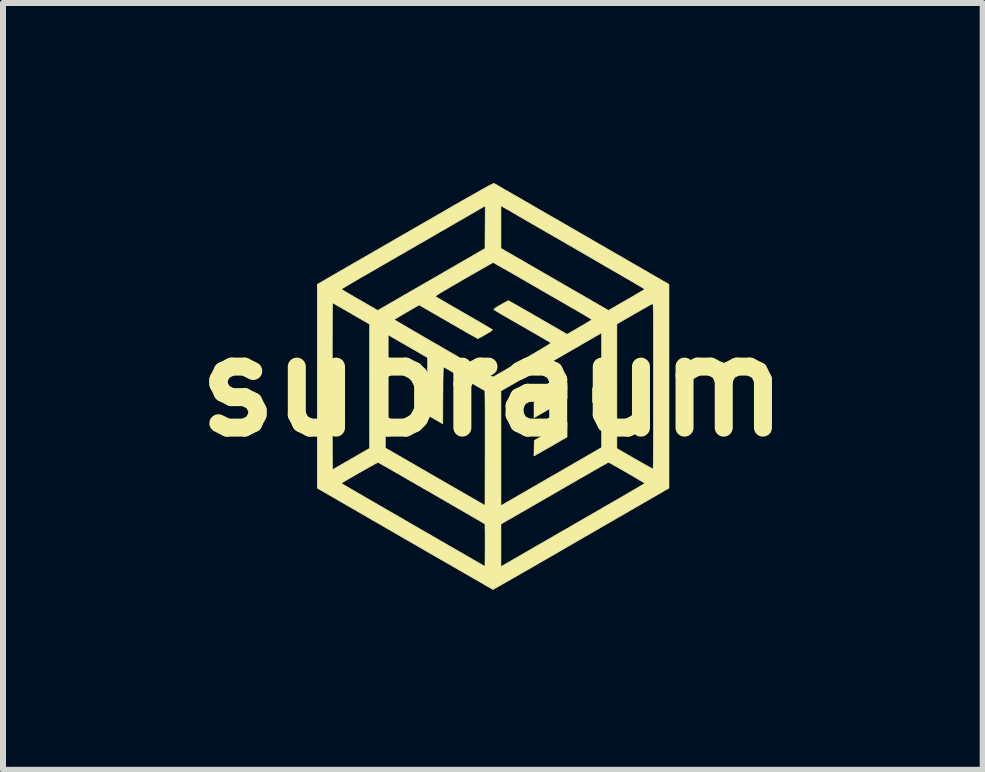
<source format=kicad_pcb>
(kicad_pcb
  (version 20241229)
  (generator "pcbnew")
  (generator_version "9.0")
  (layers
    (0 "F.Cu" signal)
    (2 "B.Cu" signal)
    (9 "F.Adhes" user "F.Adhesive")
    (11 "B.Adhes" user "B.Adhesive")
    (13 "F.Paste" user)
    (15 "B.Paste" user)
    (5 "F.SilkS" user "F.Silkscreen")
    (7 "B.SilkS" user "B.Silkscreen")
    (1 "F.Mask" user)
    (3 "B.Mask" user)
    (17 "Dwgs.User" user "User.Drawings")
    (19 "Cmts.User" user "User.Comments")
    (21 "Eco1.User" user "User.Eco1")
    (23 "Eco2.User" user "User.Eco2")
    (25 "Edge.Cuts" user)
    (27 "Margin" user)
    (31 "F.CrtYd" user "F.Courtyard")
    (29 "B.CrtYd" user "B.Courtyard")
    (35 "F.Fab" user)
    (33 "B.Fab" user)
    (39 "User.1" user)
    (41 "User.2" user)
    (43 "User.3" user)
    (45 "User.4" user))
  (footprint "subraum"
    (layer "F.Cu")
    (at 5.16 3.384)
    (property "Reference" "subraum" (at 0 0 0) (layer "F.SilkS") (effects (font (size 1.524 1.524) (thickness 0.3))))
    (attr through_hole)
    (fp_poly (pts (xy 1.236 0.208) (xy 1.002 0.343) (xy 0.942 0.377) (xy 0.886 0.41) (xy 0.835 0.439) (xy 0.79 0.465) (xy 0.756 0.485) (xy 0.733 0.498) (xy 0.727 0.502) (xy 0.686 0.525) (xy 0.686 0.267) (xy 0.961 0.109) (xy 1.236 -0.049) (xy 1.236 0.208)) (stroke (width 0.01) (type solid)) (fill yes) (layer "F.SilkS"))
    (fp_poly (pts (xy 1.234 0.601) (xy 1.235 0.623) (xy 1.236 0.656) (xy 1.236 0.697) (xy 1.236 0.719) (xy 1.236 0.845) (xy 0.98 0.993) (xy 0.919 1.028) (xy 0.863 1.06) (xy 0.812 1.09) (xy 0.769 1.114) (xy 0.735 1.133) (xy 0.713 1.146) (xy 0.705 1.151) (xy 0.685 1.161) (xy 0.69 0.904) (xy 0.959 0.748) (xy 1.021 0.713) (xy 1.077 0.68) (xy 1.128 0.652) (xy 1.17 0.627) (xy 1.203 0.609) (xy 1.224 0.597) (xy 1.232 0.593) (xy 1.232 0.593) (xy 1.234 0.601)) (stroke (width 0.01) (type solid)) (fill yes) (layer "F.SilkS"))
    (fp_poly (pts (xy 0.021 -3.378) (xy 0.03 -3.373) (xy 0.053 -3.36) (xy 0.089 -3.339) (xy 0.138 -3.311) (xy 0.198 -3.276) (xy 0.27 -3.235) (xy 0.352 -3.188) (xy 0.444 -3.135) (xy 0.544 -3.077) (xy 0.653 -3.014) (xy 0.77 -2.946) (xy 0.893 -2.875) (xy 1.023 -2.801) (xy 1.158 -2.723) (xy 1.298 -2.642) (xy 1.441 -2.559) (xy 1.486 -2.533) (xy 2.934 -1.697) (xy 2.934 1.697) (xy 1.473 2.541) (xy 1.328 2.625) (xy 1.186 2.707) (xy 1.05 2.786) (xy 0.918 2.862) (xy 0.792 2.934) (xy 0.674 3.003) (xy 0.562 3.067) (xy 0.459 3.126) (xy 0.364 3.181) (xy 0.279 3.229) (xy 0.204 3.272) (xy 0.139 3.309) (xy 0.087 3.339) (xy 0.047 3.362) (xy 0.019 3.377) (xy 0.006 3.384) (xy 0.004 3.385) (xy -0.004 3.381) (xy -0.026 3.369) (xy -0.061 3.349) (xy -0.109 3.322) (xy -0.169 3.287) (xy -0.239 3.247) (xy -0.321 3.2) (xy -0.412 3.148) (xy -0.512 3.09) (xy -0.62 3.028) (xy -0.736 2.961) (xy -0.86 2.89) (xy -0.989 2.816) (xy -1.124 2.738) (xy -1.263 2.657) (xy -1.407 2.574) (xy -1.465 2.541) (xy -2.925 1.697) (xy -2.925 1.617) (xy -2.523 1.617) (xy -2.516 1.622) (xy -2.495 1.634) (xy -2.461 1.655) (xy -2.414 1.682) (xy -2.356 1.716) (xy -2.287 1.756) (xy -2.208 1.802) (xy -2.119 1.854) (xy -2.022 1.91) (xy -1.918 1.97) (xy -1.806 2.035) (xy -1.688 2.103) (xy -1.565 2.174) (xy -1.437 2.248) (xy -1.327 2.312) (xy -0.131 3.002) (xy -0.129 2.651) (xy -0.129 2.575) (xy -0.129 2.505) (xy -0.129 2.442) (xy -0.13 2.388) (xy -0.13 2.344) (xy -0.131 2.313) (xy -0.133 2.296) (xy 0.135 2.296) (xy 0.135 3.005) (xy 0.328 2.894) (xy 0.369 2.87) (xy 0.424 2.839) (xy 0.489 2.801) (xy 0.563 2.758) (xy 0.644 2.711) (xy 0.731 2.661) (xy 0.822 2.609) (xy 0.914 2.556) (xy 1.006 2.503) (xy 1.029 2.489) (xy 1.133 2.429) (xy 1.249 2.363) (xy 1.371 2.292) (xy 1.498 2.218) (xy 1.626 2.145) (xy 1.751 2.073) (xy 1.869 2.004) (xy 1.979 1.941) (xy 2.034 1.909) (xy 2.118 1.861) (xy 2.198 1.815) (xy 2.271 1.772) (xy 2.339 1.732) (xy 2.398 1.698) (xy 2.447 1.669) (xy 2.487 1.645) (xy 2.514 1.628) (xy 2.529 1.619) (xy 2.532 1.617) (xy 2.524 1.612) (xy 2.505 1.599) (xy 2.474 1.581) (xy 2.434 1.557) (xy 2.386 1.529) (xy 2.334 1.498) (xy 2.278 1.466) (xy 2.22 1.432) (xy 2.163 1.399) (xy 2.108 1.368) (xy 2.057 1.339) (xy 2.011 1.313) (xy 1.974 1.292) (xy 1.946 1.277) (xy 1.93 1.269) (xy 1.926 1.267) (xy 1.918 1.271) (xy 1.896 1.284) (xy 1.861 1.303) (xy 1.814 1.33) (xy 1.756 1.363) (xy 1.688 1.401) (xy 1.611 1.446) (xy 1.525 1.495) (xy 1.432 1.548) (xy 1.333 1.606) (xy 1.227 1.666) (xy 1.117 1.73) (xy 1.027 1.782) (xy 0.135 2.296) (xy -0.133 2.296) (xy -0.133 2.296) (xy -0.133 2.294) (xy -0.141 2.289) (xy -0.163 2.276) (xy -0.197 2.256) (xy -0.243 2.229) (xy -0.299 2.197) (xy -0.364 2.159) (xy -0.437 2.117) (xy -0.517 2.07) (xy -0.603 2.021) (xy -0.694 1.968) (xy -0.789 1.913) (xy -0.886 1.857) (xy -0.985 1.8) (xy -1.084 1.743) (xy -1.182 1.687) (xy -1.279 1.631) (xy -1.373 1.577) (xy -1.462 1.525) (xy -1.547 1.476) (xy -1.626 1.431) (xy -1.697 1.39) (xy -1.76 1.354) (xy -1.814 1.324) (xy -1.857 1.299) (xy -1.888 1.281) (xy -1.907 1.271) (xy -1.912 1.268) (xy -1.921 1.272) (xy -1.942 1.283) (xy -1.974 1.3) (xy -2.015 1.323) (xy -2.064 1.35) (xy -2.117 1.38) (xy -2.174 1.412) (xy -2.232 1.445) (xy -2.289 1.478) (xy -2.345 1.51) (xy -2.396 1.539) (xy -2.441 1.566) (xy -2.478 1.588) (xy -2.505 1.604) (xy -2.52 1.615) (xy -2.523 1.617) (xy -2.925 1.617) (xy -2.925 0) (xy -2.675 0) (xy -2.675 0.186) (xy -2.675 0.355) (xy -2.675 0.509) (xy -2.675 0.648) (xy -2.675 0.773) (xy -2.675 0.884) (xy -2.674 0.982) (xy -2.674 1.067) (xy -2.673 1.141) (xy -2.672 1.203) (xy -2.672 1.256) (xy -2.671 1.298) (xy -2.67 1.331) (xy -2.669 1.356) (xy -2.668 1.373) (xy -2.666 1.383) (xy -2.665 1.386) (xy -2.665 1.386) (xy -2.655 1.381) (xy -2.633 1.368) (xy -2.599 1.349) (xy -2.555 1.324) (xy -2.503 1.294) (xy -2.445 1.26) (xy -2.381 1.224) (xy -2.354 1.208) (xy -2.053 1.034) (xy -2.053 -0.364) (xy -1.793 -0.364) (xy -1.793 -0.246) (xy -1.793 -0.114) (xy -1.793 0.035) (xy -1.793 0.073) (xy -1.791 1.028) (xy -0.961 1.507) (xy -0.131 1.986) (xy -0.129 1.034) (xy -0.129 0.908) (xy -0.129 0.787) (xy -0.129 0.672) (xy -0.129 0.564) (xy -0.129 0.464) (xy -0.129 0.373) (xy -0.13 0.292) (xy -0.13 0.222) (xy -0.131 0.165) (xy -0.132 0.12) (xy -0.132 0.091) (xy -0.133 0.078) (xy 0.135 0.078) (xy 0.135 1.989) (xy 0.337 1.873) (xy 0.376 1.85) (xy 0.428 1.82) (xy 0.491 1.784) (xy 0.565 1.741) (xy 0.647 1.694) (xy 0.736 1.643) (xy 0.83 1.588) (xy 0.928 1.531) (xy 1.029 1.473) (xy 1.13 1.415) (xy 1.175 1.389) (xy 1.812 1.021) (xy 1.812 0.612) (xy 1.812 0.531) (xy 1.812 0.455) (xy 1.811 0.386) (xy 1.811 0.325) (xy 1.81 0.275) (xy 1.81 0.237) (xy 1.809 0.213) (xy 1.808 0.203) (xy 1.808 0.203) (xy 1.8 0.207) (xy 1.781 0.218) (xy 1.754 0.233) (xy 1.74 0.241) (xy 1.711 0.258) (xy 1.686 0.271) (xy 1.671 0.279) (xy 1.668 0.279) (xy 1.664 0.271) (xy 1.662 0.248) (xy 1.66 0.212) (xy 1.66 0.165) (xy 1.66 0.155) (xy 1.66 0.03) (xy 1.736 -0.013) (xy 1.812 -0.055) (xy 1.812 -0.891) (xy 1.793 -0.879) (xy 1.783 -0.873) (xy 1.76 -0.859) (xy 1.723 -0.838) (xy 1.675 -0.811) (xy 1.617 -0.776) (xy 1.548 -0.737) (xy 1.47 -0.692) (xy 1.385 -0.642) (xy 1.292 -0.589) (xy 1.193 -0.532) (xy 1.09 -0.472) (xy 0.982 -0.41) (xy 0.955 -0.394) (xy 0.135 0.078) (xy -0.133 0.078) (xy -0.133 0.077) (xy -0.133 0.076) (xy -0.142 0.07) (xy -0.163 0.057) (xy -0.196 0.038) (xy -0.238 0.014) (xy -0.288 -0.015) (xy -0.343 -0.047) (xy -0.402 -0.081) (xy -0.463 -0.117) (xy -0.525 -0.152) (xy -0.585 -0.187) (xy -0.642 -0.22) (xy -0.694 -0.249) (xy -0.739 -0.275) (xy -0.776 -0.296) (xy -0.802 -0.311) (xy -0.816 -0.318) (xy -0.818 -0.319) (xy -0.82 -0.318) (xy -0.823 -0.312) (xy -0.824 -0.3) (xy -0.826 -0.28) (xy -0.827 -0.252) (xy -0.828 -0.214) (xy -0.829 -0.165) (xy -0.83 -0.104) (xy -0.831 -0.029) (xy -0.831 0.06) (xy -0.832 0.151) (xy -0.834 0.626) (xy -0.957 0.555) (xy -1.079 0.484) (xy -1.084 0.004) (xy -1.088 -0.477) (xy -1.431 -0.675) (xy -1.501 -0.716) (xy -1.566 -0.753) (xy -1.626 -0.788) (xy -1.678 -0.818) (xy -1.722 -0.843) (xy -1.755 -0.862) (xy -1.776 -0.874) (xy -1.784 -0.878) (xy -1.786 -0.876) (xy -1.788 -0.867) (xy -1.789 -0.851) (xy -1.79 -0.827) (xy -1.791 -0.793) (xy -1.792 -0.751) (xy -1.792 -0.697) (xy -1.793 -0.633) (xy -1.793 -0.556) (xy -1.793 -0.467) (xy -1.793 -0.364) (xy -2.053 -0.364) (xy -2.053 -1.034) (xy -2.183 -1.109) (xy -1.643 -1.109) (xy -1.635 -1.105) (xy -1.614 -1.092) (xy -1.581 -1.072) (xy -1.535 -1.045) (xy -1.478 -1.012) (xy -1.412 -0.973) (xy -1.336 -0.929) (xy -1.252 -0.88) (xy -1.161 -0.827) (xy -1.063 -0.77) (xy -0.961 -0.711) (xy -0.853 -0.649) (xy -0.819 -0.629) (xy 0.004 -0.154) (xy 0.03 -0.168) (xy 0.041 -0.175) (xy 0.066 -0.19) (xy 0.103 -0.211) (xy 0.151 -0.238) (xy 0.208 -0.271) (xy 0.273 -0.309) (xy 0.345 -0.35) (xy 0.422 -0.395) (xy 0.503 -0.441) (xy 0.515 -0.448) (xy 0.611 -0.504) (xy 0.694 -0.552) (xy 0.764 -0.593) (xy 0.821 -0.627) (xy 0.868 -0.655) (xy 0.904 -0.677) (xy 0.931 -0.694) (xy 0.949 -0.707) (xy 0.96 -0.716) (xy 0.964 -0.722) (xy 0.964 -0.724) (xy 0.955 -0.73) (xy 0.932 -0.744) (xy 0.897 -0.764) (xy 0.852 -0.791) (xy 0.797 -0.823) (xy 0.733 -0.86) (xy 0.663 -0.9) (xy 0.587 -0.944) (xy 0.506 -0.991) (xy 0.491 -0.999) (xy 0.41 -1.046) (xy 0.333 -1.09) (xy 0.261 -1.132) (xy 0.196 -1.169) (xy 0.14 -1.202) (xy 0.092 -1.23) (xy 0.056 -1.252) (xy 0.031 -1.267) (xy 0.019 -1.274) (xy 0.018 -1.275) (xy 0.017 -1.28) (xy 0.023 -1.288) (xy 0.038 -1.3) (xy 0.064 -1.317) (xy 0.103 -1.34) (xy 0.128 -1.355) (xy 0.169 -1.378) (xy 0.206 -1.398) (xy 0.234 -1.414) (xy 0.253 -1.423) (xy 0.258 -1.425) (xy 0.267 -1.421) (xy 0.289 -1.409) (xy 0.323 -1.39) (xy 0.368 -1.365) (xy 0.423 -1.334) (xy 0.486 -1.297) (xy 0.557 -1.257) (xy 0.634 -1.213) (xy 0.715 -1.166) (xy 0.752 -1.145) (xy 1.237 -0.865) (xy 1.444 -0.985) (xy 1.497 -1.016) (xy 1.533 -1.037) (xy 2.066 -1.037) (xy 2.066 0) (xy 2.066 1.037) (xy 2.364 1.209) (xy 2.429 1.246) (xy 2.489 1.28) (xy 2.543 1.311) (xy 2.59 1.337) (xy 2.627 1.358) (xy 2.653 1.372) (xy 2.667 1.379) (xy 2.669 1.38) (xy 2.67 1.372) (xy 2.67 1.347) (xy 2.671 1.308) (xy 2.672 1.254) (xy 2.672 1.187) (xy 2.673 1.107) (xy 2.673 1.016) (xy 2.674 0.914) (xy 2.674 0.802) (xy 2.675 0.681) (xy 2.675 0.552) (xy 2.675 0.416) (xy 2.675 0.274) (xy 2.675 0.127) (xy 2.675 -0.001) (xy 2.675 -0.18) (xy 2.675 -0.343) (xy 2.675 -0.491) (xy 2.675 -0.624) (xy 2.675 -0.743) (xy 2.675 -0.849) (xy 2.675 -0.942) (xy 2.674 -1.024) (xy 2.674 -1.095) (xy 2.674 -1.156) (xy 2.673 -1.208) (xy 2.672 -1.251) (xy 2.672 -1.286) (xy 2.671 -1.314) (xy 2.67 -1.336) (xy 2.669 -1.352) (xy 2.667 -1.363) (xy 2.666 -1.371) (xy 2.664 -1.375) (xy 2.663 -1.376) (xy 2.661 -1.376) (xy 2.65 -1.371) (xy 2.627 -1.358) (xy 2.592 -1.339) (xy 2.548 -1.313) (xy 2.495 -1.284) (xy 2.437 -1.25) (xy 2.373 -1.214) (xy 2.356 -1.204) (xy 2.066 -1.037) (xy 1.533 -1.037) (xy 1.545 -1.044) (xy 1.586 -1.069) (xy 1.619 -1.089) (xy 1.64 -1.103) (xy 1.649 -1.11) (xy 1.649 -1.111) (xy 1.641 -1.117) (xy 1.621 -1.129) (xy 1.589 -1.149) (xy 1.548 -1.173) (xy 1.499 -1.202) (xy 1.444 -1.234) (xy 1.41 -1.254) (xy 1.363 -1.281) (xy 1.303 -1.315) (xy 1.233 -1.356) (xy 1.153 -1.402) (xy 1.065 -1.453) (xy 0.972 -1.506) (xy 0.875 -1.562) (xy 0.776 -1.62) (xy 0.676 -1.677) (xy 0.593 -1.725) (xy 0.502 -1.778) (xy 0.415 -1.828) (xy 0.333 -1.875) (xy 0.258 -1.918) (xy 0.191 -1.956) (xy 0.132 -1.99) (xy 0.083 -2.017) (xy 0.045 -2.039) (xy 0.019 -2.053) (xy 0.006 -2.06) (xy 0.004 -2.06) (xy -0.004 -2.056) (xy -0.026 -2.044) (xy -0.061 -2.025) (xy -0.106 -1.999) (xy -0.161 -1.968) (xy -0.224 -1.932) (xy -0.294 -1.892) (xy -0.371 -1.848) (xy -0.452 -1.801) (xy -0.486 -1.782) (xy -0.582 -1.726) (xy -0.665 -1.678) (xy -0.735 -1.637) (xy -0.793 -1.603) (xy -0.841 -1.575) (xy -0.878 -1.552) (xy -0.907 -1.534) (xy -0.928 -1.52) (xy -0.942 -1.509) (xy -0.95 -1.502) (xy -0.954 -1.497) (xy -0.953 -1.494) (xy -0.952 -1.493) (xy -0.942 -1.487) (xy -0.919 -1.473) (xy -0.884 -1.452) (xy -0.838 -1.426) (xy -0.782 -1.393) (xy -0.718 -1.356) (xy -0.648 -1.315) (xy -0.571 -1.271) (xy -0.491 -1.225) (xy -0.479 -1.218) (xy -0.398 -1.172) (xy -0.321 -1.127) (xy -0.25 -1.086) (xy -0.186 -1.048) (xy -0.13 -1.016) (xy -0.083 -0.988) (xy -0.046 -0.966) (xy -0.022 -0.952) (xy -0.01 -0.944) (xy -0.01 -0.944) (xy -0.008 -0.939) (xy -0.014 -0.931) (xy -0.029 -0.919) (xy -0.055 -0.902) (xy -0.094 -0.879) (xy -0.12 -0.863) (xy -0.161 -0.84) (xy -0.197 -0.82) (xy -0.226 -0.805) (xy -0.244 -0.795) (xy -0.25 -0.793) (xy -0.258 -0.798) (xy -0.28 -0.81) (xy -0.315 -0.829) (xy -0.36 -0.854) (xy -0.415 -0.885) (xy -0.478 -0.921) (xy -0.549 -0.962) (xy -0.625 -1.006) (xy -0.707 -1.053) (xy -0.743 -1.074) (xy -1.228 -1.354) (xy -1.435 -1.234) (xy -1.489 -1.203) (xy -1.537 -1.174) (xy -1.578 -1.15) (xy -1.611 -1.13) (xy -1.633 -1.116) (xy -1.642 -1.11) (xy -1.643 -1.109) (xy -2.183 -1.109) (xy -2.354 -1.208) (xy -2.419 -1.246) (xy -2.48 -1.281) (xy -2.535 -1.312) (xy -2.582 -1.339) (xy -2.62 -1.361) (xy -2.648 -1.377) (xy -2.663 -1.385) (xy -2.665 -1.386) (xy -2.666 -1.384) (xy -2.668 -1.375) (xy -2.669 -1.359) (xy -2.67 -1.335) (xy -2.671 -1.303) (xy -2.672 -1.262) (xy -2.672 -1.211) (xy -2.673 -1.15) (xy -2.674 -1.077) (xy -2.674 -0.994) (xy -2.674 -0.897) (xy -2.675 -0.788) (xy -2.675 -0.665) (xy -2.675 -0.528) (xy -2.675 -0.377) (xy -2.675 -0.209) (xy -2.675 -0.025) (xy -2.675 0) (xy -2.925 0) (xy -2.925 -1.617) (xy -2.523 -1.617) (xy -2.516 -1.612) (xy -2.496 -1.6) (xy -2.464 -1.58) (xy -2.422 -1.555) (xy -2.371 -1.526) (xy -2.314 -1.492) (xy -2.251 -1.455) (xy -2.22 -1.438) (xy -1.918 -1.263) (xy -1.875 -1.287) (xy -1.863 -1.294) (xy -1.836 -1.31) (xy -1.797 -1.332) (xy -1.746 -1.362) (xy -1.684 -1.397) (xy -1.613 -1.438) (xy -1.532 -1.485) (xy -1.444 -1.536) (xy -1.349 -1.591) (xy -1.248 -1.649) (xy -1.142 -1.71) (xy -1.032 -1.773) (xy -0.982 -1.802) (xy -0.131 -2.294) (xy -0.131 -2.297) (xy 0.135 -2.297) (xy 1.926 -1.263) (xy 1.952 -1.277) (xy 1.965 -1.285) (xy 1.99 -1.3) (xy 2.027 -1.321) (xy 2.073 -1.348) (xy 2.127 -1.379) (xy 2.186 -1.413) (xy 2.25 -1.449) (xy 2.254 -1.452) (xy 2.316 -1.488) (xy 2.374 -1.522) (xy 2.425 -1.552) (xy 2.467 -1.577) (xy 2.501 -1.597) (xy 2.522 -1.611) (xy 2.531 -1.617) (xy 2.532 -1.617) (xy 2.524 -1.622) (xy 2.503 -1.635) (xy 2.469 -1.655) (xy 2.423 -1.682) (xy 2.364 -1.716) (xy 2.296 -1.757) (xy 2.217 -1.802) (xy 2.129 -1.854) (xy 2.032 -1.91) (xy 1.928 -1.97) (xy 1.817 -2.034) (xy 1.7 -2.102) (xy 1.578 -2.173) (xy 1.451 -2.246) (xy 1.374 -2.291) (xy 1.244 -2.366) (xy 1.118 -2.439) (xy 0.996 -2.509) (xy 0.88 -2.576) (xy 0.769 -2.64) (xy 0.665 -2.7) (xy 0.569 -2.755) (xy 0.482 -2.806) (xy 0.404 -2.851) (xy 0.335 -2.891) (xy 0.278 -2.924) (xy 0.233 -2.95) (xy 0.2 -2.969) (xy 0.181 -2.98) (xy 0.176 -2.983) (xy 0.135 -3.006) (xy 0.135 -2.297) (xy -0.131 -2.297) (xy -0.129 -2.649) (xy -0.127 -3.005) (xy -0.176 -2.977) (xy -0.19 -2.968) (xy -0.219 -2.952) (xy -0.261 -2.928) (xy -0.315 -2.896) (xy -0.382 -2.857) (xy -0.46 -2.812) (xy -0.549 -2.761) (xy -0.648 -2.704) (xy -0.756 -2.641) (xy -0.874 -2.574) (xy -0.999 -2.501) (xy -1.132 -2.424) (xy -1.272 -2.344) (xy -1.418 -2.259) (xy -1.57 -2.172) (xy -1.726 -2.082) (xy -1.887 -1.989) (xy -2.051 -1.894) (xy -2.11 -1.86) (xy -2.187 -1.816) (xy -2.258 -1.774) (xy -2.324 -1.736) (xy -2.383 -1.701) (xy -2.433 -1.672) (xy -2.473 -1.648) (xy -2.503 -1.63) (xy -2.519 -1.62) (xy -2.523 -1.617) (xy -2.925 -1.617) (xy -2.925 -1.697) (xy -1.461 -2.542) (xy -1.286 -2.643) (xy -1.126 -2.735) (xy -0.978 -2.82) (xy -0.844 -2.897) (xy -0.723 -2.968) (xy -0.612 -3.031) (xy -0.514 -3.087) (xy -0.425 -3.138) (xy -0.347 -3.182) (xy -0.278 -3.221) (xy -0.218 -3.255) (xy -0.167 -3.284) (xy -0.123 -3.309) (xy -0.086 -3.329) (xy -0.056 -3.345) (xy -0.031 -3.357) (xy -0.012 -3.367) (xy 0.002 -3.373) (xy 0.012 -3.377) (xy 0.018 -3.379) (xy 0.021 -3.378)) (stroke (width 0.01) (type solid)) (fill yes) (layer "F.SilkS")))
  (gr_rect
    (start -3 -3)
    (end 13.32 9.774)
    (stroke (width 0.1) (type default))
    (fill no)
    (layer "Edge.Cuts")))
</source>
